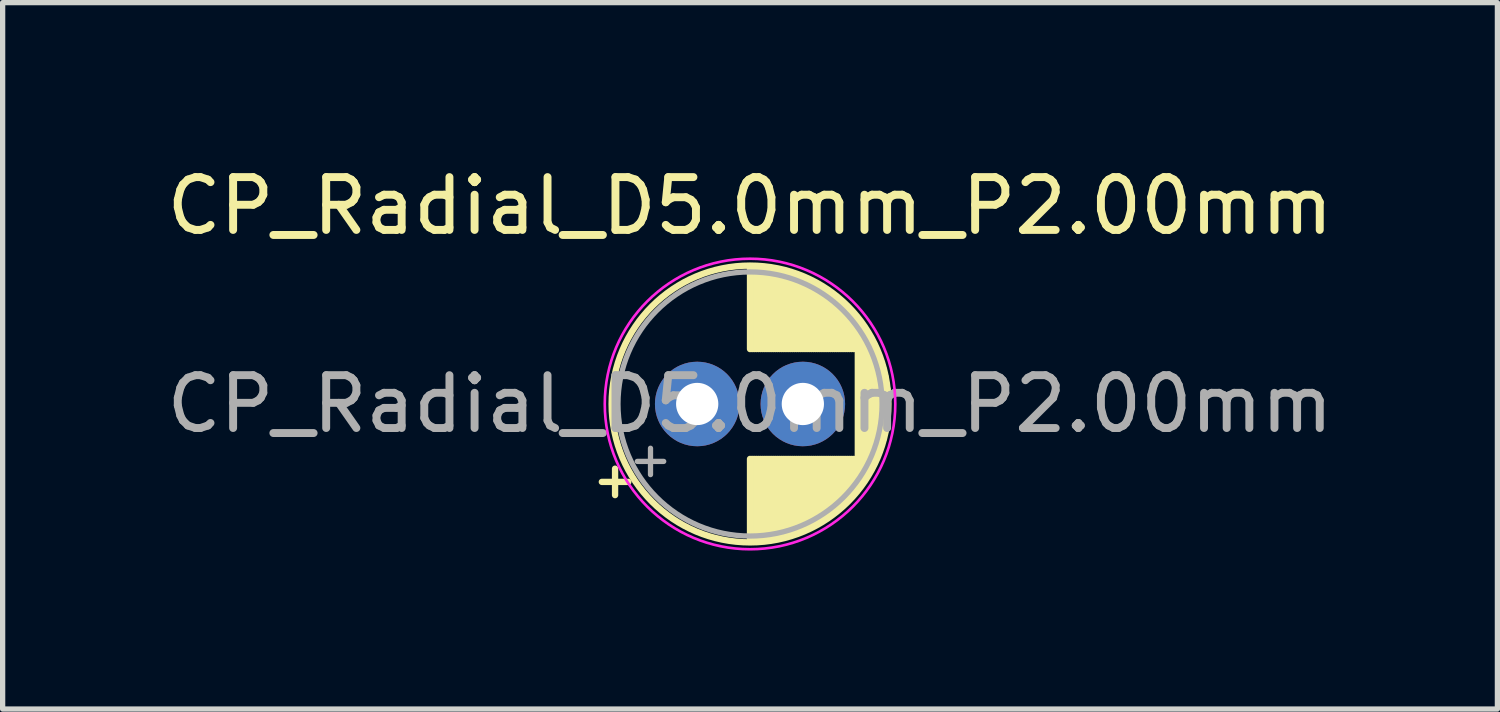
<source format=kicad_pcb>
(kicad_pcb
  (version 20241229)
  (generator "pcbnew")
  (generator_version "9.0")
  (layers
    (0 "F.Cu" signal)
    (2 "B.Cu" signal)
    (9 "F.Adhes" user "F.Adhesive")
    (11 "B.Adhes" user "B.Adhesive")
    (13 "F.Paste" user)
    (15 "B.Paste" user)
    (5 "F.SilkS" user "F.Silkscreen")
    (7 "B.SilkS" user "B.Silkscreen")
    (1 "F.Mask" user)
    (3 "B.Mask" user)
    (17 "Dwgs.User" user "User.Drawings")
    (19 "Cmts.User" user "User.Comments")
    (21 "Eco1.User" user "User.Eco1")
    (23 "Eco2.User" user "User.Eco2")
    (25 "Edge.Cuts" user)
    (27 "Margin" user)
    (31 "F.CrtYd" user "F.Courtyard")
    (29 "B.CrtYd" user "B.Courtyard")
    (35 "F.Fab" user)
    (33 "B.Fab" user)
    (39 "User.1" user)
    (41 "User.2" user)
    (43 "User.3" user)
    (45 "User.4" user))
  (footprint "CP_Radial_D5.0mm_P2.00mm"
    (layer "F.Cu")
    (at 10.149 4.598)
    (property "Reference" "CP_Radial_D5.0mm_P2.00mm" (at 1 -3.75 0) (layer "F.SilkS") (effects (font (size 1 1) (thickness 0.15))))
    (attr through_hole)
    (fp_line (start -1.805 1.475) (end -1.305 1.475) (stroke (width 0.12) (type solid)) (layer "F.SilkS"))
    (fp_line (start -1.555 1.725) (end -1.555 1.225) (stroke (width 0.12) (type solid)) (layer "F.SilkS"))
    (fp_line (start 1 -2.58) (end 1 -1.04) (stroke (width 0.12) (type solid)) (layer "F.SilkS"))
    (fp_line (start 1 1.04) (end 1 2.58) (stroke (width 0.12) (type solid)) (layer "F.SilkS"))
    (fp_line (start 1.04 -2.58) (end 1.04 -1.04) (stroke (width 0.12) (type solid)) (layer "F.SilkS"))
    (fp_line (start 1.04 1.04) (end 1.04 2.58) (stroke (width 0.12) (type solid)) (layer "F.SilkS"))
    (fp_line (start 1.08 -2.579) (end 1.08 -1.04) (stroke (width 0.12) (type solid)) (layer "F.SilkS"))
    (fp_line (start 1.08 1.04) (end 1.08 2.579) (stroke (width 0.12) (type solid)) (layer "F.SilkS"))
    (fp_line (start 1.12 -2.578) (end 1.12 -1.04) (stroke (width 0.12) (type solid)) (layer "F.SilkS"))
    (fp_line (start 1.12 1.04) (end 1.12 2.578) (stroke (width 0.12) (type solid)) (layer "F.SilkS"))
    (fp_line (start 1.16 -2.576) (end 1.16 -1.04) (stroke (width 0.12) (type solid)) (layer "F.SilkS"))
    (fp_line (start 1.16 1.04) (end 1.16 2.576) (stroke (width 0.12) (type solid)) (layer "F.SilkS"))
    (fp_line (start 1.2 -2.573) (end 1.2 -1.04) (stroke (width 0.12) (type solid)) (layer "F.SilkS"))
    (fp_line (start 1.2 1.04) (end 1.2 2.573) (stroke (width 0.12) (type solid)) (layer "F.SilkS"))
    (fp_line (start 1.24 -2.569) (end 1.24 -1.04) (stroke (width 0.12) (type solid)) (layer "F.SilkS"))
    (fp_line (start 1.24 1.04) (end 1.24 2.569) (stroke (width 0.12) (type solid)) (layer "F.SilkS"))
    (fp_line (start 1.28 -2.565) (end 1.28 -1.04) (stroke (width 0.12) (type solid)) (layer "F.SilkS"))
    (fp_line (start 1.28 1.04) (end 1.28 2.565) (stroke (width 0.12) (type solid)) (layer "F.SilkS"))
    (fp_line (start 1.32 -2.561) (end 1.32 -1.04) (stroke (width 0.12) (type solid)) (layer "F.SilkS"))
    (fp_line (start 1.32 1.04) (end 1.32 2.561) (stroke (width 0.12) (type solid)) (layer "F.SilkS"))
    (fp_line (start 1.36 -2.556) (end 1.36 -1.04) (stroke (width 0.12) (type solid)) (layer "F.SilkS"))
    (fp_line (start 1.36 1.04) (end 1.36 2.556) (stroke (width 0.12) (type solid)) (layer "F.SilkS"))
    (fp_line (start 1.4 -2.55) (end 1.4 -1.04) (stroke (width 0.12) (type solid)) (layer "F.SilkS"))
    (fp_line (start 1.4 1.04) (end 1.4 2.55) (stroke (width 0.12) (type solid)) (layer "F.SilkS"))
    (fp_line (start 1.44 -2.543) (end 1.44 -1.04) (stroke (width 0.12) (type solid)) (layer "F.SilkS"))
    (fp_line (start 1.44 1.04) (end 1.44 2.543) (stroke (width 0.12) (type solid)) (layer "F.SilkS"))
    (fp_line (start 1.48 -2.536) (end 1.48 -1.04) (stroke (width 0.12) (type solid)) (layer "F.SilkS"))
    (fp_line (start 1.48 1.04) (end 1.48 2.536) (stroke (width 0.12) (type solid)) (layer "F.SilkS"))
    (fp_line (start 1.52 -2.528) (end 1.52 -1.04) (stroke (width 0.12) (type solid)) (layer "F.SilkS"))
    (fp_line (start 1.52 1.04) (end 1.52 2.528) (stroke (width 0.12) (type solid)) (layer "F.SilkS"))
    (fp_line (start 1.56 -2.52) (end 1.56 -1.04) (stroke (width 0.12) (type solid)) (layer "F.SilkS"))
    (fp_line (start 1.56 1.04) (end 1.56 2.52) (stroke (width 0.12) (type solid)) (layer "F.SilkS"))
    (fp_line (start 1.6 -2.511) (end 1.6 -1.04) (stroke (width 0.12) (type solid)) (layer "F.SilkS"))
    (fp_line (start 1.6 1.04) (end 1.6 2.511) (stroke (width 0.12) (type solid)) (layer "F.SilkS"))
    (fp_line (start 1.64 -2.501) (end 1.64 -1.04) (stroke (width 0.12) (type solid)) (layer "F.SilkS"))
    (fp_line (start 1.64 1.04) (end 1.64 2.501) (stroke (width 0.12) (type solid)) (layer "F.SilkS"))
    (fp_line (start 1.68 -2.491) (end 1.68 -1.04) (stroke (width 0.12) (type solid)) (layer "F.SilkS"))
    (fp_line (start 1.68 1.04) (end 1.68 2.491) (stroke (width 0.12) (type solid)) (layer "F.SilkS"))
    (fp_line (start 1.721 -2.48) (end 1.721 -1.04) (stroke (width 0.12) (type solid)) (layer "F.SilkS"))
    (fp_line (start 1.721 1.04) (end 1.721 2.48) (stroke (width 0.12) (type solid)) (layer "F.SilkS"))
    (fp_line (start 1.761 -2.468) (end 1.761 -1.04) (stroke (width 0.12) (type solid)) (layer "F.SilkS"))
    (fp_line (start 1.761 1.04) (end 1.761 2.468) (stroke (width 0.12) (type solid)) (layer "F.SilkS"))
    (fp_line (start 1.801 -2.455) (end 1.801 -1.04) (stroke (width 0.12) (type solid)) (layer "F.SilkS"))
    (fp_line (start 1.801 1.04) (end 1.801 2.455) (stroke (width 0.12) (type solid)) (layer "F.SilkS"))
    (fp_line (start 1.841 -2.442) (end 1.841 -1.04) (stroke (width 0.12) (type solid)) (layer "F.SilkS"))
    (fp_line (start 1.841 1.04) (end 1.841 2.442) (stroke (width 0.12) (type solid)) (layer "F.SilkS"))
    (fp_line (start 1.881 -2.428) (end 1.881 -1.04) (stroke (width 0.12) (type solid)) (layer "F.SilkS"))
    (fp_line (start 1.881 1.04) (end 1.881 2.428) (stroke (width 0.12) (type solid)) (layer "F.SilkS"))
    (fp_line (start 1.921 -2.414) (end 1.921 -1.04) (stroke (width 0.12) (type solid)) (layer "F.SilkS"))
    (fp_line (start 1.921 1.04) (end 1.921 2.414) (stroke (width 0.12) (type solid)) (layer "F.SilkS"))
    (fp_line (start 1.961 -2.398) (end 1.961 -1.04) (stroke (width 0.12) (type solid)) (layer "F.SilkS"))
    (fp_line (start 1.961 1.04) (end 1.961 2.398) (stroke (width 0.12) (type solid)) (layer "F.SilkS"))
    (fp_line (start 2.001 -2.382) (end 2.001 -1.04) (stroke (width 0.12) (type solid)) (layer "F.SilkS"))
    (fp_line (start 2.001 1.04) (end 2.001 2.382) (stroke (width 0.12) (type solid)) (layer "F.SilkS"))
    (fp_line (start 2.041 -2.365) (end 2.041 -1.04) (stroke (width 0.12) (type solid)) (layer "F.SilkS"))
    (fp_line (start 2.041 1.04) (end 2.041 2.365) (stroke (width 0.12) (type solid)) (layer "F.SilkS"))
    (fp_line (start 2.081 -2.348) (end 2.081 -1.04) (stroke (width 0.12) (type solid)) (layer "F.SilkS"))
    (fp_line (start 2.081 1.04) (end 2.081 2.348) (stroke (width 0.12) (type solid)) (layer "F.SilkS"))
    (fp_line (start 2.121 -2.329) (end 2.121 -1.04) (stroke (width 0.12) (type solid)) (layer "F.SilkS"))
    (fp_line (start 2.121 1.04) (end 2.121 2.329) (stroke (width 0.12) (type solid)) (layer "F.SilkS"))
    (fp_line (start 2.161 -2.31) (end 2.161 -1.04) (stroke (width 0.12) (type solid)) (layer "F.SilkS"))
    (fp_line (start 2.161 1.04) (end 2.161 2.31) (stroke (width 0.12) (type solid)) (layer "F.SilkS"))
    (fp_line (start 2.201 -2.29) (end 2.201 -1.04) (stroke (width 0.12) (type solid)) (layer "F.SilkS"))
    (fp_line (start 2.201 1.04) (end 2.201 2.29) (stroke (width 0.12) (type solid)) (layer "F.SilkS"))
    (fp_line (start 2.241 -2.268) (end 2.241 -1.04) (stroke (width 0.12) (type solid)) (layer "F.SilkS"))
    (fp_line (start 2.241 1.04) (end 2.241 2.268) (stroke (width 0.12) (type solid)) (layer "F.SilkS"))
    (fp_line (start 2.281 -2.247) (end 2.281 -1.04) (stroke (width 0.12) (type solid)) (layer "F.SilkS"))
    (fp_line (start 2.281 1.04) (end 2.281 2.247) (stroke (width 0.12) (type solid)) (layer "F.SilkS"))
    (fp_line (start 2.321 -2.224) (end 2.321 -1.04) (stroke (width 0.12) (type solid)) (layer "F.SilkS"))
    (fp_line (start 2.321 1.04) (end 2.321 2.224) (stroke (width 0.12) (type solid)) (layer "F.SilkS"))
    (fp_line (start 2.361 -2.2) (end 2.361 -1.04) (stroke (width 0.12) (type solid)) (layer "F.SilkS"))
    (fp_line (start 2.361 1.04) (end 2.361 2.2) (stroke (width 0.12) (type solid)) (layer "F.SilkS"))
    (fp_line (start 2.401 -2.175) (end 2.401 -1.04) (stroke (width 0.12) (type solid)) (layer "F.SilkS"))
    (fp_line (start 2.401 1.04) (end 2.401 2.175) (stroke (width 0.12) (type solid)) (layer "F.SilkS"))
    (fp_line (start 2.441 -2.149) (end 2.441 -1.04) (stroke (width 0.12) (type solid)) (layer "F.SilkS"))
    (fp_line (start 2.441 1.04) (end 2.441 2.149) (stroke (width 0.12) (type solid)) (layer "F.SilkS"))
    (fp_line (start 2.481 -2.122) (end 2.481 -1.04) (stroke (width 0.12) (type solid)) (layer "F.SilkS"))
    (fp_line (start 2.481 1.04) (end 2.481 2.122) (stroke (width 0.12) (type solid)) (layer "F.SilkS"))
    (fp_line (start 2.521 -2.095) (end 2.521 -1.04) (stroke (width 0.12) (type solid)) (layer "F.SilkS"))
    (fp_line (start 2.521 1.04) (end 2.521 2.095) (stroke (width 0.12) (type solid)) (layer "F.SilkS"))
    (fp_line (start 2.561 -2.065) (end 2.561 -1.04) (stroke (width 0.12) (type solid)) (layer "F.SilkS"))
    (fp_line (start 2.561 1.04) (end 2.561 2.065) (stroke (width 0.12) (type solid)) (layer "F.SilkS"))
    (fp_line (start 2.601 -2.035) (end 2.601 -1.04) (stroke (width 0.12) (type solid)) (layer "F.SilkS"))
    (fp_line (start 2.601 1.04) (end 2.601 2.035) (stroke (width 0.12) (type solid)) (layer "F.SilkS"))
    (fp_line (start 2.641 -2.004) (end 2.641 -1.04) (stroke (width 0.12) (type solid)) (layer "F.SilkS"))
    (fp_line (start 2.641 1.04) (end 2.641 2.004) (stroke (width 0.12) (type solid)) (layer "F.SilkS"))
    (fp_line (start 2.681 -1.971) (end 2.681 -1.04) (stroke (width 0.12) (type solid)) (layer "F.SilkS"))
    (fp_line (start 2.681 1.04) (end 2.681 1.971) (stroke (width 0.12) (type solid)) (layer "F.SilkS"))
    (fp_line (start 2.721 -1.937) (end 2.721 -1.04) (stroke (width 0.12) (type solid)) (layer "F.SilkS"))
    (fp_line (start 2.721 1.04) (end 2.721 1.937) (stroke (width 0.12) (type solid)) (layer "F.SilkS"))
    (fp_line (start 2.761 -1.901) (end 2.761 -1.04) (stroke (width 0.12) (type solid)) (layer "F.SilkS"))
    (fp_line (start 2.761 1.04) (end 2.761 1.901) (stroke (width 0.12) (type solid)) (layer "F.SilkS"))
    (fp_line (start 2.801 -1.864) (end 2.801 -1.04) (stroke (width 0.12) (type solid)) (layer "F.SilkS"))
    (fp_line (start 2.801 1.04) (end 2.801 1.864) (stroke (width 0.12) (type solid)) (layer "F.SilkS"))
    (fp_line (start 2.841 -1.826) (end 2.841 -1.04) (stroke (width 0.12) (type solid)) (layer "F.SilkS"))
    (fp_line (start 2.841 1.04) (end 2.841 1.826) (stroke (width 0.12) (type solid)) (layer "F.SilkS"))
    (fp_line (start 2.881 -1.785) (end 2.881 -1.04) (stroke (width 0.12) (type solid)) (layer "F.SilkS"))
    (fp_line (start 2.881 1.04) (end 2.881 1.785) (stroke (width 0.12) (type solid)) (layer "F.SilkS"))
    (fp_line (start 2.921 -1.743) (end 2.921 -1.04) (stroke (width 0.12) (type solid)) (layer "F.SilkS"))
    (fp_line (start 2.921 1.04) (end 2.921 1.743) (stroke (width 0.12) (type solid)) (layer "F.SilkS"))
    (fp_line (start 2.961 -1.699) (end 2.961 -1.04) (stroke (width 0.12) (type solid)) (layer "F.SilkS"))
    (fp_line (start 2.961 1.04) (end 2.961 1.699) (stroke (width 0.12) (type solid)) (layer "F.SilkS"))
    (fp_line (start 3.001 -1.653) (end 3.001 -1.04) (stroke (width 0.12) (type solid)) (layer "F.SilkS"))
    (fp_line (start 3.001 1.04) (end 3.001 1.653) (stroke (width 0.12) (type solid)) (layer "F.SilkS"))
    (fp_line (start 3.041 -1.605) (end 3.041 1.605) (stroke (width 0.12) (type solid)) (layer "F.SilkS"))
    (fp_line (start 3.081 -1.554) (end 3.081 1.554) (stroke (width 0.12) (type solid)) (layer "F.SilkS"))
    (fp_line (start 3.121 -1.5) (end 3.121 1.5) (stroke (width 0.12) (type solid)) (layer "F.SilkS"))
    (fp_line (start 3.161 -1.443) (end 3.161 1.443) (stroke (width 0.12) (type solid)) (layer "F.SilkS"))
    (fp_line (start 3.201 -1.383) (end 3.201 1.383) (stroke (width 0.12) (type solid)) (layer "F.SilkS"))
    (fp_line (start 3.241 -1.319) (end 3.241 1.319) (stroke (width 0.12) (type solid)) (layer "F.SilkS"))
    (fp_line (start 3.281 -1.251) (end 3.281 1.251) (stroke (width 0.12) (type solid)) (layer "F.SilkS"))
    (fp_line (start 3.321 -1.178) (end 3.321 1.178) (stroke (width 0.12) (type solid)) (layer "F.SilkS"))
    (fp_line (start 3.361 -1.098) (end 3.361 1.098) (stroke (width 0.12) (type solid)) (layer "F.SilkS"))
    (fp_line (start 3.401 -1.011) (end 3.401 1.011) (stroke (width 0.12) (type solid)) (layer "F.SilkS"))
    (fp_line (start 3.441 -0.915) (end 3.441 0.915) (stroke (width 0.12) (type solid)) (layer "F.SilkS"))
    (fp_line (start 3.481 -0.805) (end 3.481 0.805) (stroke (width 0.12) (type solid)) (layer "F.SilkS"))
    (fp_line (start 3.521 -0.677) (end 3.521 0.677) (stroke (width 0.12) (type solid)) (layer "F.SilkS"))
    (fp_line (start 3.561 -0.518) (end 3.561 0.518) (stroke (width 0.12) (type solid)) (layer "F.SilkS"))
    (fp_line (start 3.601 -0.284) (end 3.601 0.284) (stroke (width 0.12) (type solid)) (layer "F.SilkS"))
    (fp_circle (center 1 0) (end 3.62 0) (stroke (width 0.12) (type solid)) (fill no) (layer "F.SilkS"))
    (fp_circle (center 1 0) (end 3.75 0) (stroke (width 0.05) (type solid)) (fill no) (layer "F.CrtYd"))
    (fp_line (start -1.134 1.087) (end -0.634 1.087) (stroke (width 0.1) (type solid)) (layer "F.Fab"))
    (fp_line (start -0.884 1.337) (end -0.884 0.838) (stroke (width 0.1) (type solid)) (layer "F.Fab"))
    (fp_circle (center 1 0) (end 3.5 0) (stroke (width 0.1) (type solid)) (fill no) (layer "F.Fab"))
    (fp_text user "${REFERENCE}" (at 1 0 0) (layer "F.Fab") (effects (font (size 1 1) (thickness 0.15))))
    (pad "1" thru_hole circle (at 0 0) (size 1.6 1.6) (drill 0.8) (layers "*.Cu" "*.Mask"))
    (pad "2" thru_hole circle (at 2 0) (size 1.6 1.6) (drill 0.8) (layers "*.Cu" "*.Mask")))
  (gr_rect
    (start -3 -3)
    (end 25.298 10.373)
    (stroke (width 0.1) (type default))
    (fill no)
    (layer "Edge.Cuts")))
</source>
